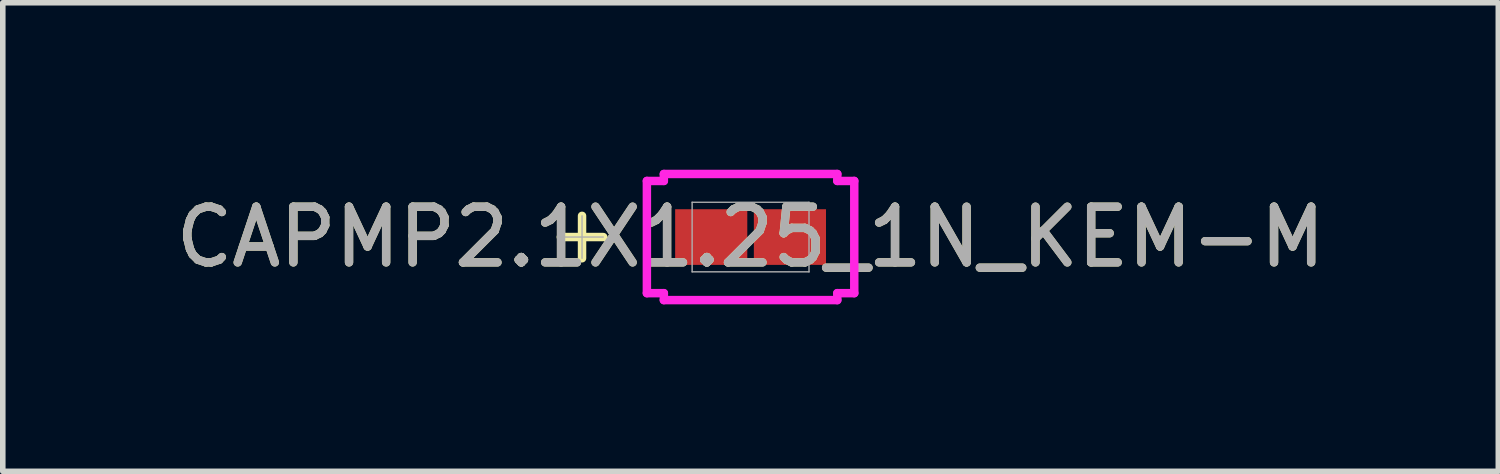
<source format=kicad_pcb>
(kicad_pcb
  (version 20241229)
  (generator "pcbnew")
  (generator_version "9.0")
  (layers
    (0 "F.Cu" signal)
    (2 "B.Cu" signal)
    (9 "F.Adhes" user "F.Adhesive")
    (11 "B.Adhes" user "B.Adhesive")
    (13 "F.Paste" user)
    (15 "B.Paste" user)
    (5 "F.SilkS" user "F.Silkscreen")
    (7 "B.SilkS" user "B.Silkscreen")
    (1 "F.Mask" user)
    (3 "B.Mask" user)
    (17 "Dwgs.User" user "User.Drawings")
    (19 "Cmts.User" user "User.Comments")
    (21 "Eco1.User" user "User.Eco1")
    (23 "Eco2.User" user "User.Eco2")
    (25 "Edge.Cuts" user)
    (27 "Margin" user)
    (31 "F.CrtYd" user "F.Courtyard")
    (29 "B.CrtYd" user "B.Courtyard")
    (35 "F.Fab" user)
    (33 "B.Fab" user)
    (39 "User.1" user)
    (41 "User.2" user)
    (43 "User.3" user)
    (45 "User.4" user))
  (footprint "CAPMP2.1X1.25_1N_KEM-M"
    (layer "F.Cu")
    (at 10.435 1.209)
    (property "Reference" "CAPMP2.1X1.25_1N_KEM-M" (at 0 0 0) (unlocked yes) (layer "F.SilkS") (effects (font (size 1 1) (thickness 0.15))))
    (attr smd)
    (fp_line (start -3.028 -0.381) (end -3.028 0.381) (stroke (width 0.152) (type solid)) (layer "F.SilkS"))
    (fp_line (start -2.647 0) (end -3.409 0) (stroke (width 0.152) (type solid)) (layer "F.SilkS"))
    (fp_line (start -1.863 -1.008) (end -1.558 -1.008) (stroke (width 0.152) (type solid)) (layer "F.CrtYd"))
    (fp_line (start -1.863 1.008) (end -1.863 -1.008) (stroke (width 0.152) (type solid)) (layer "F.CrtYd"))
    (fp_line (start -1.558 -1.133) (end 1.558 -1.133) (stroke (width 0.152) (type solid)) (layer "F.CrtYd"))
    (fp_line (start -1.558 -1.008) (end -1.558 -1.133) (stroke (width 0.152) (type solid)) (layer "F.CrtYd"))
    (fp_line (start -1.558 1.008) (end -1.863 1.008) (stroke (width 0.152) (type solid)) (layer "F.CrtYd"))
    (fp_line (start -1.558 1.133) (end -1.558 1.008) (stroke (width 0.152) (type solid)) (layer "F.CrtYd"))
    (fp_line (start 1.558 -1.133) (end 1.558 -1.008) (stroke (width 0.152) (type solid)) (layer "F.CrtYd"))
    (fp_line (start 1.558 -1.008) (end 1.863 -1.008) (stroke (width 0.152) (type solid)) (layer "F.CrtYd"))
    (fp_line (start 1.558 1.008) (end 1.558 1.133) (stroke (width 0.152) (type solid)) (layer "F.CrtYd"))
    (fp_line (start 1.558 1.133) (end -1.558 1.133) (stroke (width 0.152) (type solid)) (layer "F.CrtYd"))
    (fp_line (start 1.863 -1.008) (end 1.863 1.008) (stroke (width 0.152) (type solid)) (layer "F.CrtYd"))
    (fp_line (start 1.863 1.008) (end 1.558 1.008) (stroke (width 0.152) (type solid)) (layer "F.CrtYd"))
    (fp_line (start -3.028 -0.381) (end -3.028 0.381) (stroke (width 0.025) (type solid)) (layer "F.Fab"))
    (fp_line (start -2.647 0) (end -3.409 0) (stroke (width 0.025) (type solid)) (layer "F.Fab"))
    (fp_line (start -1.05 -0.625) (end -1.05 0.625) (stroke (width 0.025) (type solid)) (layer "F.Fab"))
    (fp_line (start -1.05 0.625) (end 1.05 0.625) (stroke (width 0.025) (type solid)) (layer "F.Fab"))
    (fp_line (start 1.05 -0.625) (end -1.05 -0.625) (stroke (width 0.025) (type solid)) (layer "F.Fab"))
    (fp_line (start 1.05 0.625) (end 1.05 -0.625) (stroke (width 0.025) (type solid)) (layer "F.Fab"))
    (fp_text user "${REFERENCE}" (at 0 0 0) (unlocked yes) (layer "F.Fab") (effects (font (size 1 1) (thickness 0.15))))
    (pad "1" smd rect (at -0.707 0 90) (size 1 1.296) (layers "F.Cu" "F.Mask" "F.Paste"))
    (pad "2" smd rect (at 0.707 0 90) (size 1 1.296) (layers "F.Cu" "F.Mask" "F.Paste"))
    (zone (net_name "") (layer "F.Cu") (hatch full 0.508) (connect_pads) (min_thickness 0.254) (filled_areas_thickness no) (keepout (tracks not_allowed) (vias not_allowed) (pads allowed) (copperpour not_allowed) (footprints allowed)) (placement (enabled no)) (fill) (polygon (pts (xy 9.435 0.635) (xy 11.434 0.635) (xy 11.434 0.658) (xy 9.435 0.658))))
    (zone (net_name "") (layer "F.Cu") (hatch full 0.508) (connect_pads) (min_thickness 0.254) (filled_areas_thickness no) (keepout (tracks not_allowed) (vias not_allowed) (pads allowed) (copperpour not_allowed) (footprints allowed)) (placement (enabled no)) (fill) (polygon (pts (xy 9.435 1.76) (xy 11.434 1.76) (xy 11.434 1.783) (xy 9.435 1.783))))
    (zone (net_name "") (layer "F.Cu") (hatch full 0.508) (connect_pads) (min_thickness 0.254) (filled_areas_thickness no) (keepout (tracks not_allowed) (vias not_allowed) (pads allowed) (copperpour not_allowed) (footprints allowed)) (placement (enabled no)) (fill) (polygon (pts (xy 10.477 0.658) (xy 10.392 0.658) (xy 10.392 1.76) (xy 10.477 1.76)))))
  (gr_rect
    (start -3 -3)
    (end 23.869 5.418)
    (stroke (width 0.1) (type default))
    (fill no)
    (layer "Edge.Cuts")))
</source>
